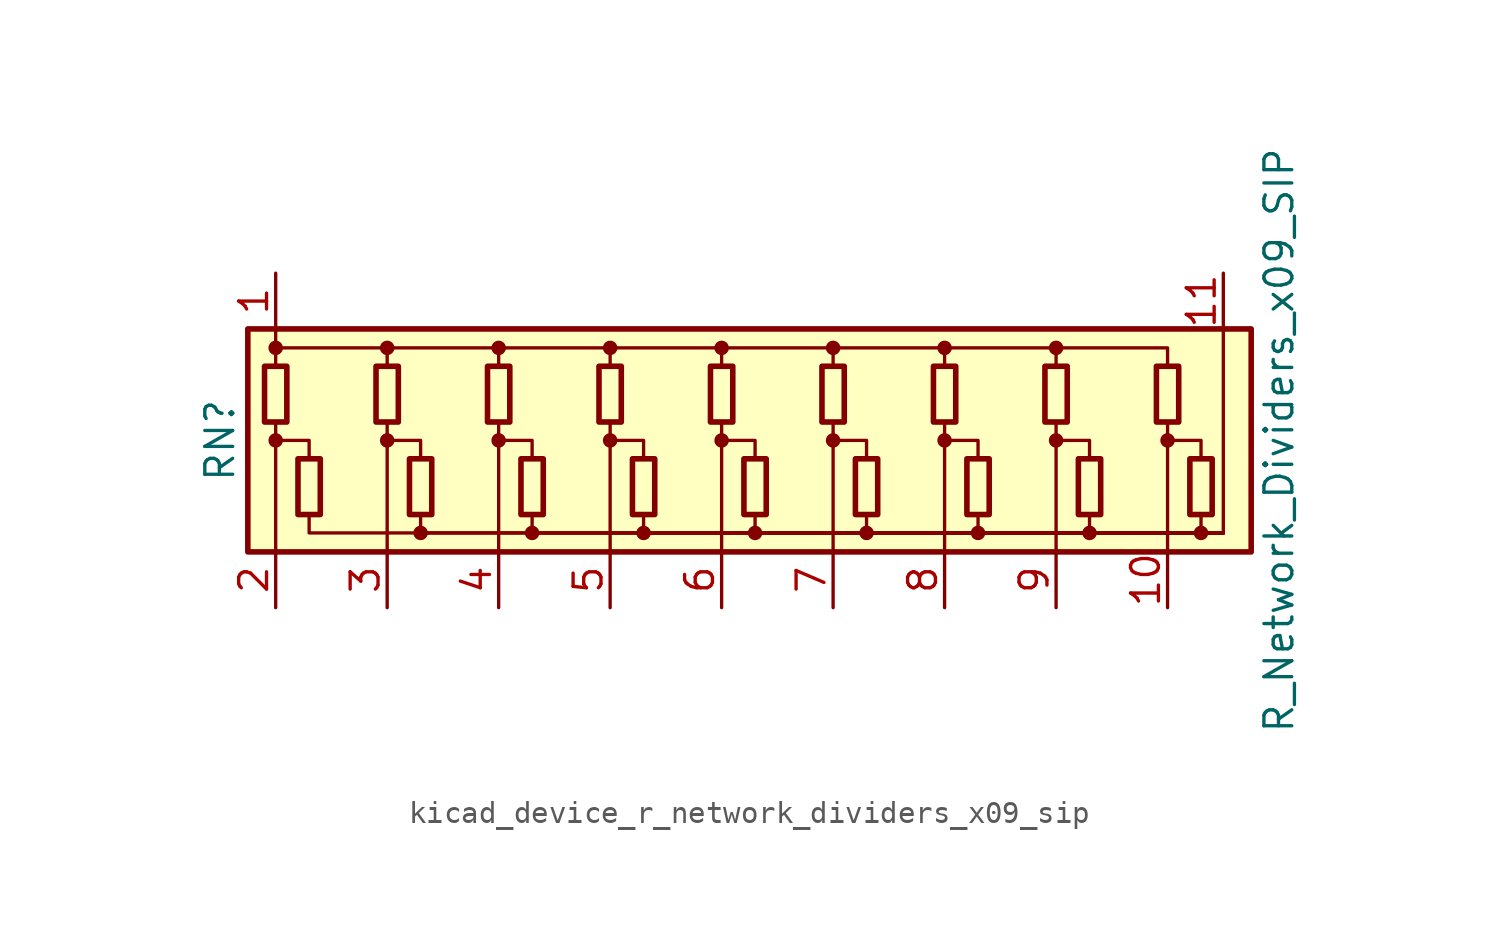
<source format=kicad_sym>
(kicad_symbol_lib
  (version 20220914)
  (generator kicad_symbol_editor)
  (symbol "kicad_device_r_network_dividers_x09_sip"
    (pin_names
      (offset 0) hide)
    (property "Reference" "RN"
      (at -22.86 0 90)
      (effects (font (size 1.27 1.27))))
    (property "Value" "R_Network_Dividers_x09_SIP"
      (at 25.4 0 90)
      (effects (font (size 1.27 1.27))))
    (symbol "kicad_device_r_network_dividers_x09_sip_0_1"
      (rectangle (start -21.59 -5.08) (end 24.13 5.08) (stroke (width 0.254) (type default)) (fill (type background)))
      (rectangle (start -20.828 3.378) (end -19.812 0.838) (stroke (width 0.254) (type default)) (fill (type none)))
      (circle (center -20.32 0) (radius 0.254) (stroke (width 0) (type default)) (fill (type outline)))
      (circle (center -20.32 4.216) (radius 0.254) (stroke (width 0) (type default)) (fill (type outline)))
      (rectangle (start -19.304 -3.378) (end -18.288 -0.838) (stroke (width 0.254) (type default)) (fill (type none)))
      (rectangle (start -15.748 3.378) (end -14.732 0.838) (stroke (width 0.254) (type default)) (fill (type none)))
      (circle (center -15.24 0) (radius 0.254) (stroke (width 0) (type default)) (fill (type outline)))
      (circle (center -15.24 4.216) (radius 0.254) (stroke (width 0) (type default)) (fill (type outline)))
      (rectangle (start -14.224 -3.378) (end -13.208 -0.838) (stroke (width 0.254) (type default)) (fill (type none)))
      (circle (center -13.716 -4.216) (radius 0.254) (stroke (width 0) (type default)) (fill (type outline)))
      (rectangle (start -10.668 3.378) (end -9.652 0.838) (stroke (width 0.254) (type default)) (fill (type none)))
      (circle (center -10.16 0) (radius 0.254) (stroke (width 0) (type default)) (fill (type outline)))
      (circle (center -10.16 4.216) (radius 0.254) (stroke (width 0) (type default)) (fill (type outline)))
      (rectangle (start -9.144 -3.378) (end -8.128 -0.838) (stroke (width 0.254) (type default)) (fill (type none)))
      (circle (center -8.636 -4.216) (radius 0.254) (stroke (width 0) (type default)) (fill (type outline)))
      (rectangle (start -5.588 3.378) (end -4.572 0.838) (stroke (width 0.254) (type default)) (fill (type none)))
      (circle (center -5.08 0) (radius 0.254) (stroke (width 0) (type default)) (fill (type outline)))
      (circle (center -5.08 4.216) (radius 0.254) (stroke (width 0) (type default)) (fill (type outline)))
      (rectangle (start -4.064 -3.378) (end -3.048 -0.838) (stroke (width 0.254) (type default)) (fill (type none)))
      (circle (center -3.556 -4.216) (radius 0.254) (stroke (width 0) (type default)) (fill (type outline)))
      (rectangle (start -0.508 3.378) (end 0.508 0.838) (stroke (width 0.254) (type default)) (fill (type none)))
      (polyline (pts (xy -20.32 -5.08) (xy -20.32 0.838)) (stroke (width 0) (type default)) (fill (type none)))
      (polyline (pts (xy -20.32 5.08) (xy -20.32 3.378)) (stroke (width 0) (type default)) (fill (type none)))
      (polyline (pts (xy -15.24 -5.08) (xy -15.24 0.838)) (stroke (width 0) (type default)) (fill (type none)))
      (polyline (pts (xy -10.16 -5.08) (xy -10.16 0.838)) (stroke (width 0) (type default)) (fill (type none)))
      (polyline (pts (xy -5.08 -5.08) (xy -5.08 0.838)) (stroke (width 0) (type default)) (fill (type none)))
      (polyline (pts (xy 0 -5.08) (xy 0 0.838)) (stroke (width 0) (type default)) (fill (type none)))
      (polyline (pts (xy 5.08 -5.08) (xy 5.08 0.838)) (stroke (width 0) (type default)) (fill (type none)))
      (polyline (pts (xy 10.16 -5.08) (xy 10.16 0.838)) (stroke (width 0) (type default)) (fill (type none)))
      (polyline (pts (xy 15.24 -5.08) (xy 15.24 0.838)) (stroke (width 0) (type default)) (fill (type none)))
      (polyline (pts (xy 20.32 -5.08) (xy 20.32 0.838)) (stroke (width 0) (type default)) (fill (type none)))
      (polyline (pts (xy 22.86 -4.216) (xy 22.86 5.08)) (stroke (width 0) (type default)) (fill (type none)))
      (polyline (pts (xy -20.32 0) (xy -18.796 0) (xy -18.796 -0.838)) (stroke (width 0) (type default)) (fill (type none)))
      (polyline (pts (xy -20.32 4.216) (xy -15.24 4.216) (xy -15.24 3.378)) (stroke (width 0) (type default)) (fill (type none)))
      (polyline (pts (xy -18.796 -3.378) (xy -18.796 -4.216) (xy 22.86 -4.216)) (stroke (width 0) (type default)) (fill (type none)))
      (polyline (pts (xy -15.24 0) (xy -13.716 0) (xy -13.716 -0.838)) (stroke (width 0) (type default)) (fill (type none)))
      (polyline (pts (xy -15.24 4.216) (xy -10.16 4.216) (xy -10.16 3.378)) (stroke (width 0) (type default)) (fill (type none)))
      (polyline (pts (xy -13.716 -3.378) (xy -13.716 -4.216) (xy 22.86 -4.216)) (stroke (width 0) (type default)) (fill (type none)))
      (polyline (pts (xy -10.16 0) (xy -8.636 0) (xy -8.636 -0.838)) (stroke (width 0) (type default)) (fill (type none)))
      (polyline (pts (xy -10.16 4.216) (xy -5.08 4.216) (xy -5.08 3.378)) (stroke (width 0) (type default)) (fill (type none)))
      (polyline (pts (xy -8.636 -3.378) (xy -8.636 -4.216) (xy 22.86 -4.216)) (stroke (width 0) (type default)) (fill (type none)))
      (polyline (pts (xy -5.08 0) (xy -3.556 0) (xy -3.556 -0.838)) (stroke (width 0) (type default)) (fill (type none)))
      (polyline (pts (xy -5.08 4.216) (xy 0 4.216) (xy 0 3.378)) (stroke (width 0) (type default)) (fill (type none)))
      (polyline (pts (xy -3.556 -3.378) (xy -3.556 -4.216) (xy 22.86 -4.216)) (stroke (width 0) (type default)) (fill (type none)))
      (polyline (pts (xy 0 0) (xy 1.524 0) (xy 1.524 -0.838)) (stroke (width 0) (type default)) (fill (type none)))
      (polyline (pts (xy 0 4.216) (xy 5.08 4.216) (xy 5.08 3.378)) (stroke (width 0) (type default)) (fill (type none)))
      (polyline (pts (xy 1.524 -3.378) (xy 1.524 -4.216) (xy 22.86 -4.216)) (stroke (width 0) (type default)) (fill (type none)))
      (polyline (pts (xy 5.08 0) (xy 6.604 0) (xy 6.604 -0.838)) (stroke (width 0) (type default)) (fill (type none)))
      (polyline (pts (xy 5.08 4.216) (xy 10.16 4.216) (xy 10.16 3.378)) (stroke (width 0) (type default)) (fill (type none)))
      (polyline (pts (xy 6.604 -3.378) (xy 6.604 -4.216) (xy 22.86 -4.216)) (stroke (width 0) (type default)) (fill (type none)))
      (polyline (pts (xy 10.16 0) (xy 11.684 0) (xy 11.684 -0.838)) (stroke (width 0) (type default)) (fill (type none)))
      (polyline (pts (xy 10.16 4.216) (xy 15.24 4.216) (xy 15.24 3.378)) (stroke (width 0) (type default)) (fill (type none)))
      (polyline (pts (xy 11.684 -3.378) (xy 11.684 -4.216) (xy 22.86 -4.216)) (stroke (width 0) (type default)) (fill (type none)))
      (polyline (pts (xy 15.24 0) (xy 16.764 0) (xy 16.764 -0.838)) (stroke (width 0) (type default)) (fill (type none)))
      (polyline (pts (xy 15.24 4.216) (xy 20.32 4.216) (xy 20.32 3.378)) (stroke (width 0) (type default)) (fill (type none)))
      (polyline (pts (xy 16.764 -3.378) (xy 16.764 -4.216) (xy 22.86 -4.216)) (stroke (width 0) (type default)) (fill (type none)))
      (polyline (pts (xy 20.32 0) (xy 21.844 0) (xy 21.844 -0.838)) (stroke (width 0) (type default)) (fill (type none)))
      (polyline (pts (xy 21.844 -3.378) (xy 21.844 -4.216) (xy 22.86 -4.216)) (stroke (width 0) (type default)) (fill (type none)))
      (circle (center 0 0) (radius 0.254) (stroke (width 0) (type default)) (fill (type outline)))
      (circle (center 0 4.216) (radius 0.254) (stroke (width 0) (type default)) (fill (type outline)))
      (rectangle (start 1.016 -3.378) (end 2.032 -0.838) (stroke (width 0.254) (type default)) (fill (type none)))
      (circle (center 1.524 -4.216) (radius 0.254) (stroke (width 0) (type default)) (fill (type outline)))
      (rectangle (start 4.572 3.378) (end 5.588 0.838) (stroke (width 0.254) (type default)) (fill (type none)))
      (circle (center 5.08 0) (radius 0.254) (stroke (width 0) (type default)) (fill (type outline)))
      (circle (center 5.08 4.216) (radius 0.254) (stroke (width 0) (type default)) (fill (type outline)))
      (rectangle (start 6.096 -3.378) (end 7.112 -0.838) (stroke (width 0.254) (type default)) (fill (type none)))
      (circle (center 6.604 -4.216) (radius 0.254) (stroke (width 0) (type default)) (fill (type outline)))
      (rectangle (start 9.652 3.378) (end 10.668 0.838) (stroke (width 0.254) (type default)) (fill (type none)))
      (circle (center 10.16 0) (radius 0.254) (stroke (width 0) (type default)) (fill (type outline)))
      (circle (center 10.16 4.216) (radius 0.254) (stroke (width 0) (type default)) (fill (type outline)))
      (rectangle (start 11.176 -3.378) (end 12.192 -0.838) (stroke (width 0.254) (type default)) (fill (type none)))
      (circle (center 11.684 -4.216) (radius 0.254) (stroke (width 0) (type default)) (fill (type outline)))
      (rectangle (start 14.732 3.378) (end 15.748 0.838) (stroke (width 0.254) (type default)) (fill (type none)))
      (circle (center 15.24 0) (radius 0.254) (stroke (width 0) (type default)) (fill (type outline)))
      (circle (center 15.24 4.216) (radius 0.254) (stroke (width 0) (type default)) (fill (type outline)))
      (rectangle (start 16.256 -3.378) (end 17.272 -0.838) (stroke (width 0.254) (type default)) (fill (type none)))
      (circle (center 16.764 -4.216) (radius 0.254) (stroke (width 0) (type default)) (fill (type outline)))
      (rectangle (start 19.812 3.378) (end 20.828 0.838) (stroke (width 0.254) (type default)) (fill (type none)))
      (circle (center 20.32 0) (radius 0.254) (stroke (width 0) (type default)) (fill (type outline)))
      (rectangle (start 21.336 -3.378) (end 22.352 -0.838) (stroke (width 0.254) (type default)) (fill (type none)))
      (circle (center 21.844 -4.216) (radius 0.254) (stroke (width 0) (type default)) (fill (type outline))))
    (symbol "kicad_device_r_network_dividers_x09_sip_1_1"
      (pin passive line (at -20.32 7.62 270) (length 2.54) (name "COM1" (effects (font (size 1.27 1.27)))) (number "1" (effects (font (size 1.27 1.27)))))
      (pin passive line (at 20.32 -7.62 90) (length 2.54) (name "R9" (effects (font (size 1.27 1.27)))) (number "10" (effects (font (size 1.27 1.27)))))
      (pin passive line (at 22.86 7.62 270) (length 2.54) (name "COM2" (effects (font (size 1.27 1.27)))) (number "11" (effects (font (size 1.27 1.27)))))
      (pin passive line (at -20.32 -7.62 90) (length 2.54) (name "R1" (effects (font (size 1.27 1.27)))) (number "2" (effects (font (size 1.27 1.27)))))
      (pin passive line (at -15.24 -7.62 90) (length 2.54) (name "R2" (effects (font (size 1.27 1.27)))) (number "3" (effects (font (size 1.27 1.27)))))
      (pin passive line (at -10.16 -7.62 90) (length 2.54) (name "R3" (effects (font (size 1.27 1.27)))) (number "4" (effects (font (size 1.27 1.27)))))
      (pin passive line (at -5.08 -7.62 90) (length 2.54) (name "R4" (effects (font (size 1.27 1.27)))) (number "5" (effects (font (size 1.27 1.27)))))
      (pin passive line (at 0 -7.62 90) (length 2.54) (name "R5" (effects (font (size 1.27 1.27)))) (number "6" (effects (font (size 1.27 1.27)))))
      (pin passive line (at 5.08 -7.62 90) (length 2.54) (name "R6" (effects (font (size 1.27 1.27)))) (number "7" (effects (font (size 1.27 1.27)))))
      (pin passive line (at 10.16 -7.62 90) (length 2.54) (name "R7" (effects (font (size 1.27 1.27)))) (number "8" (effects (font (size 1.27 1.27)))))
      (pin passive line (at 15.24 -7.62 90) (length 2.54) (name "R8" (effects (font (size 1.27 1.27)))) (number "9" (effects (font (size 1.27 1.27))))))))
</source>
